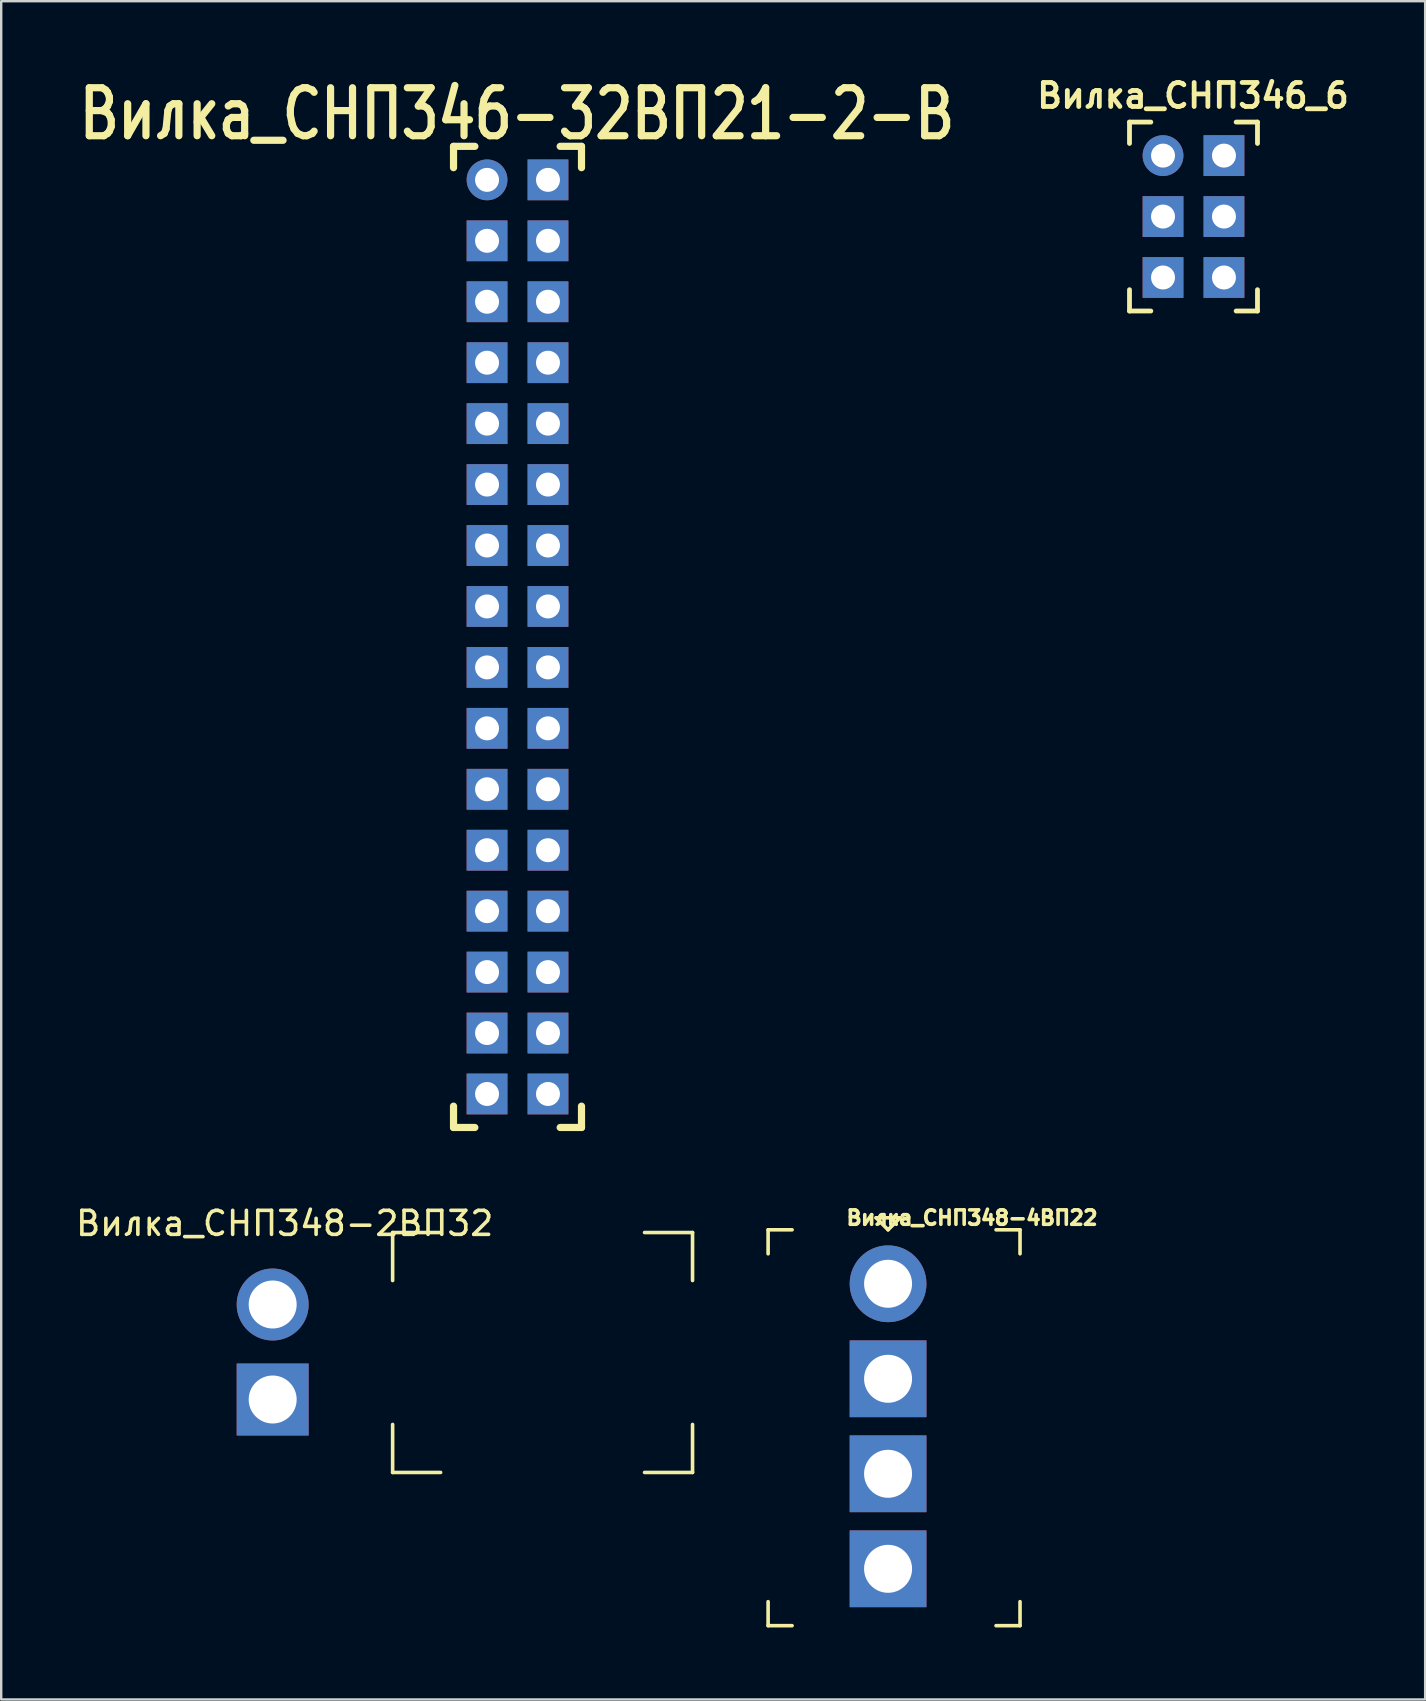
<source format=kicad_pcb>
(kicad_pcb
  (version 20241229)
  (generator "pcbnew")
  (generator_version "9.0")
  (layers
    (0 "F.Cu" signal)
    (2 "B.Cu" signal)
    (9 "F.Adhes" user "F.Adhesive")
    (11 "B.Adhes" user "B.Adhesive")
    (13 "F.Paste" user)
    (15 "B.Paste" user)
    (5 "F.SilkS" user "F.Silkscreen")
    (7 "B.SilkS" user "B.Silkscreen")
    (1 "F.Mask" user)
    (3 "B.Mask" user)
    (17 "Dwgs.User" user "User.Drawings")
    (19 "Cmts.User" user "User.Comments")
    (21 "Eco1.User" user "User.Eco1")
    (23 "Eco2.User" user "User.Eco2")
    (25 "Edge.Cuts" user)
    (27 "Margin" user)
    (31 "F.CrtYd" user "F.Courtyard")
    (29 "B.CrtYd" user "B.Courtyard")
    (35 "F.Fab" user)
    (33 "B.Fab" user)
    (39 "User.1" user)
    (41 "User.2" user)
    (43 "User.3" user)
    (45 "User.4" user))
  (footprint "Вилка_СНП346-32ВП21-2-В"
    (layer "F.Cu")
    (at 17.25 4.447)
    (property "Reference" "Вилка_СНП346-32ВП21-2-В" (at 1.25 -2.75 0) (layer "F.SilkS") (effects (font (size 2 1.6) (thickness 0.3))))
    (attr through_hole)
    (fp_line (start -1.397 -1.397) (end -1.397 -0.508) (stroke (width 0.3) (type solid)) (layer "F.SilkS"))
    (fp_line (start -1.397 -1.397) (end -0.508 -1.397) (stroke (width 0.3) (type solid)) (layer "F.SilkS"))
    (fp_line (start -1.397 39.497) (end -1.397 38.608) (stroke (width 0.3) (type solid)) (layer "F.SilkS"))
    (fp_line (start -1.397 39.497) (end -0.508 39.497) (stroke (width 0.3) (type solid)) (layer "F.SilkS"))
    (fp_line (start 3.937 -1.397) (end 3.048 -1.397) (stroke (width 0.3) (type solid)) (layer "F.SilkS"))
    (fp_line (start 3.937 -1.397) (end 3.937 -0.508) (stroke (width 0.3) (type solid)) (layer "F.SilkS"))
    (fp_line (start 3.937 39.497) (end 3.048 39.497) (stroke (width 0.3) (type solid)) (layer "F.SilkS"))
    (fp_line (start 3.937 39.497) (end 3.937 38.608) (stroke (width 0.3) (type solid)) (layer "F.SilkS"))
    (pad "1" thru_hole circle (at 0 0) (size 1.7 1.7) (drill 1) (layers "*.Cu" "*.Mask"))
    (pad "2" thru_hole rect (at 2.54 0) (size 1.7 1.7) (drill 1) (layers "*.Cu" "*.Mask"))
    (pad "3" thru_hole rect (at 0 2.54) (size 1.7 1.7) (drill 1) (layers "*.Cu" "*.Mask"))
    (pad "4" thru_hole rect (at 2.54 2.54) (size 1.7 1.7) (drill 1) (layers "*.Cu" "*.Mask"))
    (pad "5" thru_hole rect (at 0 5.08) (size 1.7 1.7) (drill 1) (layers "*.Cu" "*.Mask"))
    (pad "6" thru_hole rect (at 2.54 5.08) (size 1.7 1.7) (drill 1) (layers "*.Cu" "*.Mask"))
    (pad "7" thru_hole rect (at 0 7.62) (size 1.7 1.7) (drill 1) (layers "*.Cu" "*.Mask"))
    (pad "8" thru_hole rect (at 2.54 7.62) (size 1.7 1.7) (drill 1) (layers "*.Cu" "*.Mask"))
    (pad "9" thru_hole rect (at 0 10.16) (size 1.7 1.7) (drill 1) (layers "*.Cu" "*.Mask"))
    (pad "10" thru_hole rect (at 2.54 10.16) (size 1.7 1.7) (drill 1) (layers "*.Cu" "*.Mask"))
    (pad "11" thru_hole rect (at 0 12.7) (size 1.7 1.7) (drill 1) (layers "*.Cu" "*.Mask"))
    (pad "12" thru_hole rect (at 2.54 12.7) (size 1.7 1.7) (drill 1) (layers "*.Cu" "*.Mask"))
    (pad "13" thru_hole rect (at 0 15.24) (size 1.7 1.7) (drill 1) (layers "*.Cu" "*.Mask"))
    (pad "14" thru_hole rect (at 2.54 15.24) (size 1.7 1.7) (drill 1) (layers "*.Cu" "*.Mask"))
    (pad "15" thru_hole rect (at 0 17.78) (size 1.7 1.7) (drill 1) (layers "*.Cu" "*.Mask"))
    (pad "16" thru_hole rect (at 2.54 17.78) (size 1.7 1.7) (drill 1) (layers "*.Cu" "*.Mask"))
    (pad "17" thru_hole rect (at 0 20.32) (size 1.7 1.7) (drill 1) (layers "*.Cu" "*.Mask"))
    (pad "18" thru_hole rect (at 2.54 20.32) (size 1.7 1.7) (drill 1) (layers "*.Cu" "*.Mask"))
    (pad "19" thru_hole rect (at 0 22.86) (size 1.7 1.7) (drill 1) (layers "*.Cu" "*.Mask"))
    (pad "20" thru_hole rect (at 2.54 22.86) (size 1.7 1.7) (drill 1) (layers "*.Cu" "*.Mask"))
    (pad "21" thru_hole rect (at 0 25.4) (size 1.7 1.7) (drill 1) (layers "*.Cu" "*.Mask"))
    (pad "22" thru_hole rect (at 2.54 25.4) (size 1.7 1.7) (drill 1) (layers "*.Cu" "*.Mask"))
    (pad "23" thru_hole rect (at 0 27.94) (size 1.7 1.7) (drill 1) (layers "*.Cu" "*.Mask"))
    (pad "24" thru_hole rect (at 2.54 27.94) (size 1.7 1.7) (drill 1) (layers "*.Cu" "*.Mask"))
    (pad "25" thru_hole rect (at 0 30.48) (size 1.7 1.7) (drill 1) (layers "*.Cu" "*.Mask"))
    (pad "26" thru_hole rect (at 2.54 30.48) (size 1.7 1.7) (drill 1) (layers "*.Cu" "*.Mask"))
    (pad "27" thru_hole rect (at 0 33.02) (size 1.7 1.7) (drill 1) (layers "*.Cu" "*.Mask"))
    (pad "28" thru_hole rect (at 2.54 33.02) (size 1.7 1.7) (drill 1) (layers "*.Cu" "*.Mask"))
    (pad "29" thru_hole rect (at 0 35.56) (size 1.7 1.7) (drill 1) (layers "*.Cu" "*.Mask"))
    (pad "30" thru_hole rect (at 2.54 35.56) (size 1.7 1.7) (drill 1) (layers "*.Cu" "*.Mask"))
    (pad "31" thru_hole rect (at 0 38.1) (size 1.7 1.7) (drill 1) (layers "*.Cu" "*.Mask"))
    (pad "32" thru_hole rect (at 2.54 38.1) (size 1.7 1.7) (drill 1) (layers "*.Cu" "*.Mask")))
  (footprint "Вилка_СНП346_6"
    (layer "F.Cu")
    (at 45.425 3.436)
    (property "Reference" "Вилка_СНП346_6" (at 1.25 -2.5 180) (layer "F.SilkS") (effects (font (size 1 1) (thickness 0.2))))
    (attr through_hole)
    (fp_line (start -1.397 -1.397) (end -1.397 -0.508) (stroke (width 0.2) (type solid)) (layer "F.SilkS"))
    (fp_line (start -1.397 -1.397) (end -0.508 -1.397) (stroke (width 0.2) (type solid)) (layer "F.SilkS"))
    (fp_line (start -1.397 6.477) (end -1.397 5.588) (stroke (width 0.2) (type solid)) (layer "F.SilkS"))
    (fp_line (start -1.397 6.477) (end -0.508 6.477) (stroke (width 0.2) (type solid)) (layer "F.SilkS"))
    (fp_line (start 3.937 -1.397) (end 3.048 -1.397) (stroke (width 0.2) (type solid)) (layer "F.SilkS"))
    (fp_line (start 3.937 -1.397) (end 3.937 -0.508) (stroke (width 0.2) (type solid)) (layer "F.SilkS"))
    (fp_line (start 3.937 6.477) (end 3.048 6.477) (stroke (width 0.2) (type solid)) (layer "F.SilkS"))
    (fp_line (start 3.937 6.477) (end 3.937 5.588) (stroke (width 0.2) (type solid)) (layer "F.SilkS"))
    (pad "1" thru_hole circle (at 0 0) (size 1.7 1.7) (drill 1) (layers "*.Cu" "*.Mask"))
    (pad "2" thru_hole rect (at 2.54 0) (size 1.7 1.7) (drill 1) (layers "*.Cu" "*.Mask"))
    (pad "3" thru_hole rect (at 0 2.54) (size 1.7 1.7) (drill 1) (layers "*.Cu" "*.Mask"))
    (pad "4" thru_hole rect (at 2.54 2.54) (size 1.7 1.7) (drill 1) (layers "*.Cu" "*.Mask"))
    (pad "5" thru_hole rect (at 0 5.08) (size 1.7 1.7) (drill 1) (layers "*.Cu" "*.Mask"))
    (pad "6" thru_hole rect (at 2.54 5.08) (size 1.7 1.7) (drill 1) (layers "*.Cu" "*.Mask")))
  (footprint "Вилка_СНП348-2ВП32"
    (layer "F.Cu")
    (at 8.315 51.322)
    (property "Reference" "Вилка_СНП348-2ВП32" (at 0.5 -3.38 0) (layer "F.SilkS") (effects (font (size 1 1) (thickness 0.15))))
    (attr through_hole)
    (fp_line (start 5 -3) (end 5 -1) (stroke (width 0.15) (type solid)) (layer "F.SilkS"))
    (fp_line (start 5 -3) (end 7 -3) (stroke (width 0.15) (type solid)) (layer "F.SilkS"))
    (fp_line (start 5 7) (end 5 5) (stroke (width 0.15) (type solid)) (layer "F.SilkS"))
    (fp_line (start 5 7) (end 7 7) (stroke (width 0.15) (type solid)) (layer "F.SilkS"))
    (fp_line (start 17.5 -3) (end 15.5 -3) (stroke (width 0.15) (type solid)) (layer "F.SilkS"))
    (fp_line (start 17.5 -3) (end 17.5 -1) (stroke (width 0.15) (type solid)) (layer "F.SilkS"))
    (fp_line (start 17.5 7) (end 15.5 7) (stroke (width 0.15) (type solid)) (layer "F.SilkS"))
    (fp_line (start 17.5 7) (end 17.5 5) (stroke (width 0.15) (type solid)) (layer "F.SilkS"))
    (pad "1" thru_hole circle (at 0 0) (size 3 3) (drill 2) (layers "*.Cu" "*.Mask"))
    (pad "2" thru_hole rect (at 0 3.96) (size 3 3) (drill 2) (layers "*.Cu" "*.Mask")))
  (footprint "Вилка_СНП348-4ВП22"
    (layer "F.Cu")
    (at 33.965 50.458)
    (property "Reference" "Вилка_СНП348-4ВП22" (at 3.5 -2.75 0) (layer "F.SilkS") (effects (font (size 0.6 0.6) (thickness 0.15))))
    (attr through_hole)
    (fp_line (start -5 -2.25) (end -5 -1.25) (stroke (width 0.15) (type solid)) (layer "F.SilkS"))
    (fp_line (start -5 13.25) (end -5 14.25) (stroke (width 0.15) (type solid)) (layer "F.SilkS"))
    (fp_line (start -5 14.25) (end -4 14.25) (stroke (width 0.15) (type solid)) (layer "F.SilkS"))
    (fp_line (start -4 -2.25) (end -5 -2.25) (stroke (width 0.15) (type solid)) (layer "F.SilkS"))
    (fp_line (start -0.5 -2.75) (end 0.5 -2.75) (stroke (width 0.15) (type solid)) (layer "F.SilkS"))
    (fp_line (start 0 -2.25) (end -0.5 -2.75) (stroke (width 0.15) (type solid)) (layer "F.SilkS"))
    (fp_line (start 0.5 -2.75) (end 0 -2.25) (stroke (width 0.15) (type solid)) (layer "F.SilkS"))
    (fp_line (start 4.5 14.25) (end 5.5 14.25) (stroke (width 0.15) (type solid)) (layer "F.SilkS"))
    (fp_line (start 5.5 -2.25) (end 4.5 -2.25) (stroke (width 0.15) (type solid)) (layer "F.SilkS"))
    (fp_line (start 5.5 -1.25) (end 5.5 -2.25) (stroke (width 0.15) (type solid)) (layer "F.SilkS"))
    (fp_line (start 5.5 14.25) (end 5.5 13.25) (stroke (width 0.15) (type solid)) (layer "F.SilkS"))
    (pad "1" thru_hole circle (at 0 0) (size 3.2 3.2) (drill 2) (layers "*.Cu" "*.Mask"))
    (pad "2" thru_hole rect (at 0 3.96) (size 3.2 3.2) (drill 2) (layers "*.Cu" "*.Mask"))
    (pad "3" thru_hole rect (at 0 7.92) (size 3.2 3.2) (drill 2) (layers "*.Cu" "*.Mask"))
    (pad "4" thru_hole rect (at 0 11.88) (size 3.2 3.2) (drill 2) (layers "*.Cu" "*.Mask")))
  (gr_rect
    (start -3 -3)
    (end 56.351 67.783)
    (stroke (width 0.1) (type default))
    (fill no)
    (layer "Edge.Cuts")))
</source>
